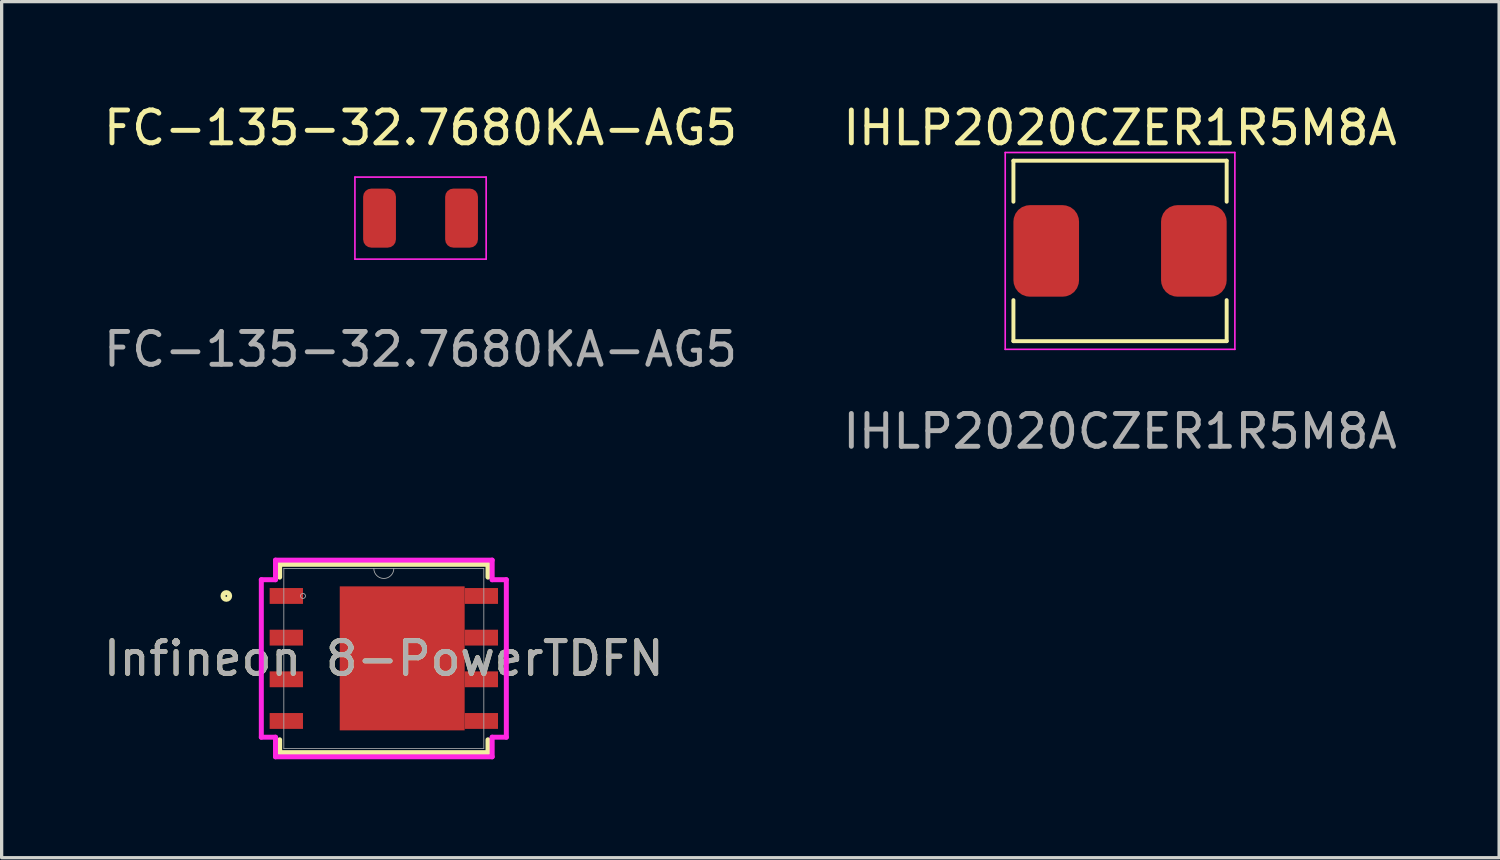
<source format=kicad_pcb>
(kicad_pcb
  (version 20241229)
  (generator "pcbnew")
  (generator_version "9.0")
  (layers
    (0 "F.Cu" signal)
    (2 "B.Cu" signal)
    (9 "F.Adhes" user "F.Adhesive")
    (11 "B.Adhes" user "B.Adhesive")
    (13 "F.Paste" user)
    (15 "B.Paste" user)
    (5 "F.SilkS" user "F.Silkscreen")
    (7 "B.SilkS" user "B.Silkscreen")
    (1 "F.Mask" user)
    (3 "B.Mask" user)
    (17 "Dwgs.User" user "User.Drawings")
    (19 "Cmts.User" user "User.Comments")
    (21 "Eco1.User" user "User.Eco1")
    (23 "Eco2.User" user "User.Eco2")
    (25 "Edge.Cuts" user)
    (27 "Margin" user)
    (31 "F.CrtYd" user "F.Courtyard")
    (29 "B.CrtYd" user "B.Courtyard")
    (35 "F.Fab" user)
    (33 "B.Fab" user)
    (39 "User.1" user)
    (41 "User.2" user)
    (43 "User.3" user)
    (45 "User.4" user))
  (footprint "Infineon 8-PowerTDFN"
    (layer "F.Cu")
    (at 8.649 17.02)
    (property "Reference" "Infineon 8-PowerTDFN" (at 0 0 0) (unlocked yes) (layer "F.SilkS") (effects (font (size 1 1) (thickness 0.15))))
    (attr smd)
    (fp_poly (pts (xy -1.344 -2.197) (xy 2.466 -2.197) (xy 2.466 2.197) (xy -1.344 2.197)) (stroke (width 0) (type solid)) (fill yes) (layer "F.Mask"))
    (fp_line (start -3.175 -2.87) (end -3.175 -2.479) (stroke (width 0.152) (type solid)) (layer "F.SilkS"))
    (fp_line (start -3.175 2.479) (end -3.175 2.87) (stroke (width 0.152) (type solid)) (layer "F.SilkS"))
    (fp_line (start -3.175 2.87) (end 3.175 2.87) (stroke (width 0.152) (type solid)) (layer "F.SilkS"))
    (fp_line (start 3.175 -2.87) (end -3.175 -2.87) (stroke (width 0.152) (type solid)) (layer "F.SilkS"))
    (fp_line (start 3.175 -2.479) (end 3.175 -2.87) (stroke (width 0.152) (type solid)) (layer "F.SilkS"))
    (fp_line (start 3.175 2.87) (end 3.175 2.479) (stroke (width 0.152) (type solid)) (layer "F.SilkS"))
    (fp_circle (center -4.801 -1.905) (end -4.699 -1.905) (stroke (width 0.152) (type solid)) (fill no) (layer "F.SilkS"))
    (fp_poly (pts (xy -1.805 -2.097) (xy -1.805 -0.832) (xy -0.735 -0.832) (xy -0.735 -2.097)) (stroke (width 0) (type solid)) (fill yes) (layer "F.Paste"))
    (fp_poly (pts (xy -1.805 -0.632) (xy -1.805 0.632) (xy -0.735 0.632) (xy -0.735 -0.632)) (stroke (width 0) (type solid)) (fill yes) (layer "F.Paste"))
    (fp_poly (pts (xy -1.805 0.832) (xy -1.805 2.097) (xy -0.735 2.097) (xy -0.735 0.832)) (stroke (width 0) (type solid)) (fill yes) (layer "F.Paste"))
    (fp_poly (pts (xy -1.344 -2.197) (xy 2.466 -2.197) (xy 2.466 2.197) (xy -1.344 2.197)) (stroke (width 0) (type solid)) (fill yes) (layer "F.Paste"))
    (fp_poly (pts (xy -0.535 -2.097) (xy -0.535 -0.832) (xy 0.535 -0.832) (xy 0.535 -2.097)) (stroke (width 0) (type solid)) (fill yes) (layer "F.Paste"))
    (fp_poly (pts (xy -0.535 -0.632) (xy -0.535 0.632) (xy 0.535 0.632) (xy 0.535 -0.632)) (stroke (width 0) (type solid)) (fill yes) (layer "F.Paste"))
    (fp_poly (pts (xy -0.535 0.832) (xy -0.535 2.097) (xy 0.535 2.097) (xy 0.535 0.832)) (stroke (width 0) (type solid)) (fill yes) (layer "F.Paste"))
    (fp_poly (pts (xy 0.735 -2.097) (xy 0.735 -0.832) (xy 1.805 -0.832) (xy 1.805 -2.097)) (stroke (width 0) (type solid)) (fill yes) (layer "F.Paste"))
    (fp_poly (pts (xy 0.735 -0.632) (xy 0.735 0.632) (xy 1.805 0.632) (xy 1.805 -0.632)) (stroke (width 0) (type solid)) (fill yes) (layer "F.Paste"))
    (fp_poly (pts (xy 0.735 0.832) (xy 0.735 2.097) (xy 1.805 2.097) (xy 1.805 0.832)) (stroke (width 0) (type solid)) (fill yes) (layer "F.Paste"))
    (fp_line (start -3.734 -2.4) (end -3.302 -2.4) (stroke (width 0.152) (type solid)) (layer "F.CrtYd"))
    (fp_line (start -3.734 2.4) (end -3.734 -2.4) (stroke (width 0.152) (type solid)) (layer "F.CrtYd"))
    (fp_line (start -3.734 2.4) (end -3.302 2.4) (stroke (width 0.152) (type solid)) (layer "F.CrtYd"))
    (fp_line (start -3.302 -2.997) (end 3.302 -2.997) (stroke (width 0.152) (type solid)) (layer "F.CrtYd"))
    (fp_line (start -3.302 -2.4) (end -3.302 -2.997) (stroke (width 0.152) (type solid)) (layer "F.CrtYd"))
    (fp_line (start -3.302 2.997) (end -3.302 2.4) (stroke (width 0.152) (type solid)) (layer "F.CrtYd"))
    (fp_line (start 3.302 -2.997) (end 3.302 -2.4) (stroke (width 0.152) (type solid)) (layer "F.CrtYd"))
    (fp_line (start 3.302 2.4) (end 3.302 2.997) (stroke (width 0.152) (type solid)) (layer "F.CrtYd"))
    (fp_line (start 3.302 2.997) (end -3.302 2.997) (stroke (width 0.152) (type solid)) (layer "F.CrtYd"))
    (fp_line (start 3.734 -2.4) (end 3.302 -2.4) (stroke (width 0.152) (type solid)) (layer "F.CrtYd"))
    (fp_line (start 3.734 -2.4) (end 3.734 2.4) (stroke (width 0.152) (type solid)) (layer "F.CrtYd"))
    (fp_line (start 3.734 2.4) (end 3.302 2.4) (stroke (width 0.152) (type solid)) (layer "F.CrtYd"))
    (fp_line (start -3.048 -2.743) (end -3.048 2.743) (stroke (width 0.025) (type solid)) (layer "F.Fab"))
    (fp_line (start -3.048 2.743) (end 3.048 2.743) (stroke (width 0.025) (type solid)) (layer "F.Fab"))
    (fp_line (start 3.048 -2.743) (end -3.048 -2.743) (stroke (width 0.025) (type solid)) (layer "F.Fab"))
    (fp_line (start 3.048 2.743) (end 3.048 -2.743) (stroke (width 0.025) (type solid)) (layer "F.Fab"))
    (fp_arc (start 0.3048 -2.7432) (mid 0 -2.4384) (end -0.3048 -2.7432) (stroke (width 0.0254) (type solid)) (layer "F.Fab"))
    (fp_circle (center -2.464 -1.905) (end -2.388 -1.905) (stroke (width 0.025) (type solid)) (fill no) (layer "F.Fab"))
    (fp_text user "${REFERENCE}" (at 0 0 0) (unlocked yes) (layer "F.Fab") (effects (font (size 1 1) (thickness 0.15))))
    (pad "1" smd rect (at -2.972 -1.905) (size 1.016 0.483) (layers "F.Cu" "F.Mask" "F.Paste"))
    (pad "1" smd rect (at -2.972 -0.635) (size 1.016 0.483) (layers "F.Cu" "F.Mask" "F.Paste"))
    (pad "1" smd rect (at -2.972 0.635) (size 1.016 0.483) (layers "F.Cu" "F.Mask" "F.Paste"))
    (pad "2" smd rect (at -2.972 1.905) (size 1.016 0.483) (layers "F.Cu" "F.Mask" "F.Paste"))
    (pad "3" smd rect (at 0.56 -0.003) (size 3.807 4.389) (layers "F.Cu" "F.Mask" "F.Paste"))
    (pad "3" smd rect (at 2.972 -1.905) (size 1.016 0.483) (layers "F.Cu" "F.Mask" "F.Paste"))
    (pad "3" smd rect (at 2.972 -0.635) (size 1.016 0.483) (layers "F.Cu" "F.Mask" "F.Paste"))
    (pad "3" smd rect (at 2.972 0.635) (size 1.016 0.483) (layers "F.Cu" "F.Mask" "F.Paste"))
    (pad "3" smd rect (at 2.972 1.905) (size 1.016 0.483) (layers "F.Cu" "F.Mask" "F.Paste")))
  (footprint "IHLP2020CZER1R5M8A"
    (layer "F.Cu")
    (at 31.089 4.598)
    (property "Reference" "IHLP2020CZER1R5M8A" (at 0 -3.75 0) (unlocked yes) (layer "F.SilkS") (effects (font (size 1 1) (thickness 0.15))))
    (attr smd)
    (fp_line (start -3.25 -2.75) (end 3.25 -2.75) (stroke (width 0.12) (type default)) (layer "F.SilkS"))
    (fp_line (start -3.25 -1.5) (end -3.25 -2.75) (stroke (width 0.12) (type default)) (layer "F.SilkS"))
    (fp_line (start -3.25 2.75) (end -3.25 1.5) (stroke (width 0.12) (type default)) (layer "F.SilkS"))
    (fp_line (start 3.25 -2.75) (end 3.25 -1.5) (stroke (width 0.12) (type default)) (layer "F.SilkS"))
    (fp_line (start 3.25 1.5) (end 3.25 2.75) (stroke (width 0.12) (type default)) (layer "F.SilkS"))
    (fp_line (start 3.25 2.75) (end -3.25 2.75) (stroke (width 0.12) (type default)) (layer "F.SilkS"))
    (fp_line (start -3.5 -3) (end 3.5 -3) (stroke (width 0.05) (type default)) (layer "F.CrtYd"))
    (fp_line (start -3.5 3) (end -3.5 -3) (stroke (width 0.05) (type default)) (layer "F.CrtYd"))
    (fp_line (start -3.5 3) (end 3.5 3) (stroke (width 0.05) (type default)) (layer "F.CrtYd"))
    (fp_line (start 3.5 3) (end 3.5 -3) (stroke (width 0.05) (type default)) (layer "F.CrtYd"))
    (fp_text user "${REFERENCE}" (at 0 5.5 0) (unlocked yes) (layer "F.Fab") (effects (font (size 1 1) (thickness 0.15))))
    (pad "1" smd roundrect (at 2.25 0) (size 2 2.79) (layers "F.Cu" "F.Mask" "F.Paste") (roundrect_rratio 0.25))
    (pad "2" smd roundrect (at -2.25 0) (size 2 2.79) (layers "F.Cu" "F.Mask" "F.Paste") (roundrect_rratio 0.25)))
  (footprint "FC-135-32.7680KA-AG5"
    (layer "F.Cu")
    (at 9.768 3.598)
    (property "Reference" "FC-135-32.7680KA-AG5" (at 0 -2.75 0) (unlocked yes) (layer "F.SilkS") (effects (font (size 1 1) (thickness 0.15))))
    (attr smd)
    (fp_line (start -2 -1.25) (end -2 1.25) (stroke (width 0.05) (type default)) (layer "F.CrtYd"))
    (fp_line (start -2 1.25) (end 2 1.25) (stroke (width 0.05) (type default)) (layer "F.CrtYd"))
    (fp_line (start 2 -1.25) (end -2 -1.25) (stroke (width 0.05) (type default)) (layer "F.CrtYd"))
    (fp_line (start 2 1.25) (end 2 -1.25) (stroke (width 0.05) (type default)) (layer "F.CrtYd"))
    (fp_text user "${REFERENCE}" (at 0 4 0) (unlocked yes) (layer "F.Fab") (effects (font (size 1 1) (thickness 0.15))))
    (pad "1" smd roundrect (at -1.25 0) (size 1 1.8) (layers "F.Cu" "F.Mask" "F.Paste") (roundrect_rratio 0.25))
    (pad "2" smd roundrect (at 1.25 0) (size 1 1.8) (layers "F.Cu" "F.Mask" "F.Paste") (roundrect_rratio 0.25)))
  (gr_rect
    (start -3 -3)
    (end 42.643 23.093)
    (stroke (width 0.1) (type default))
    (fill no)
    (layer "Edge.Cuts")))
</source>
